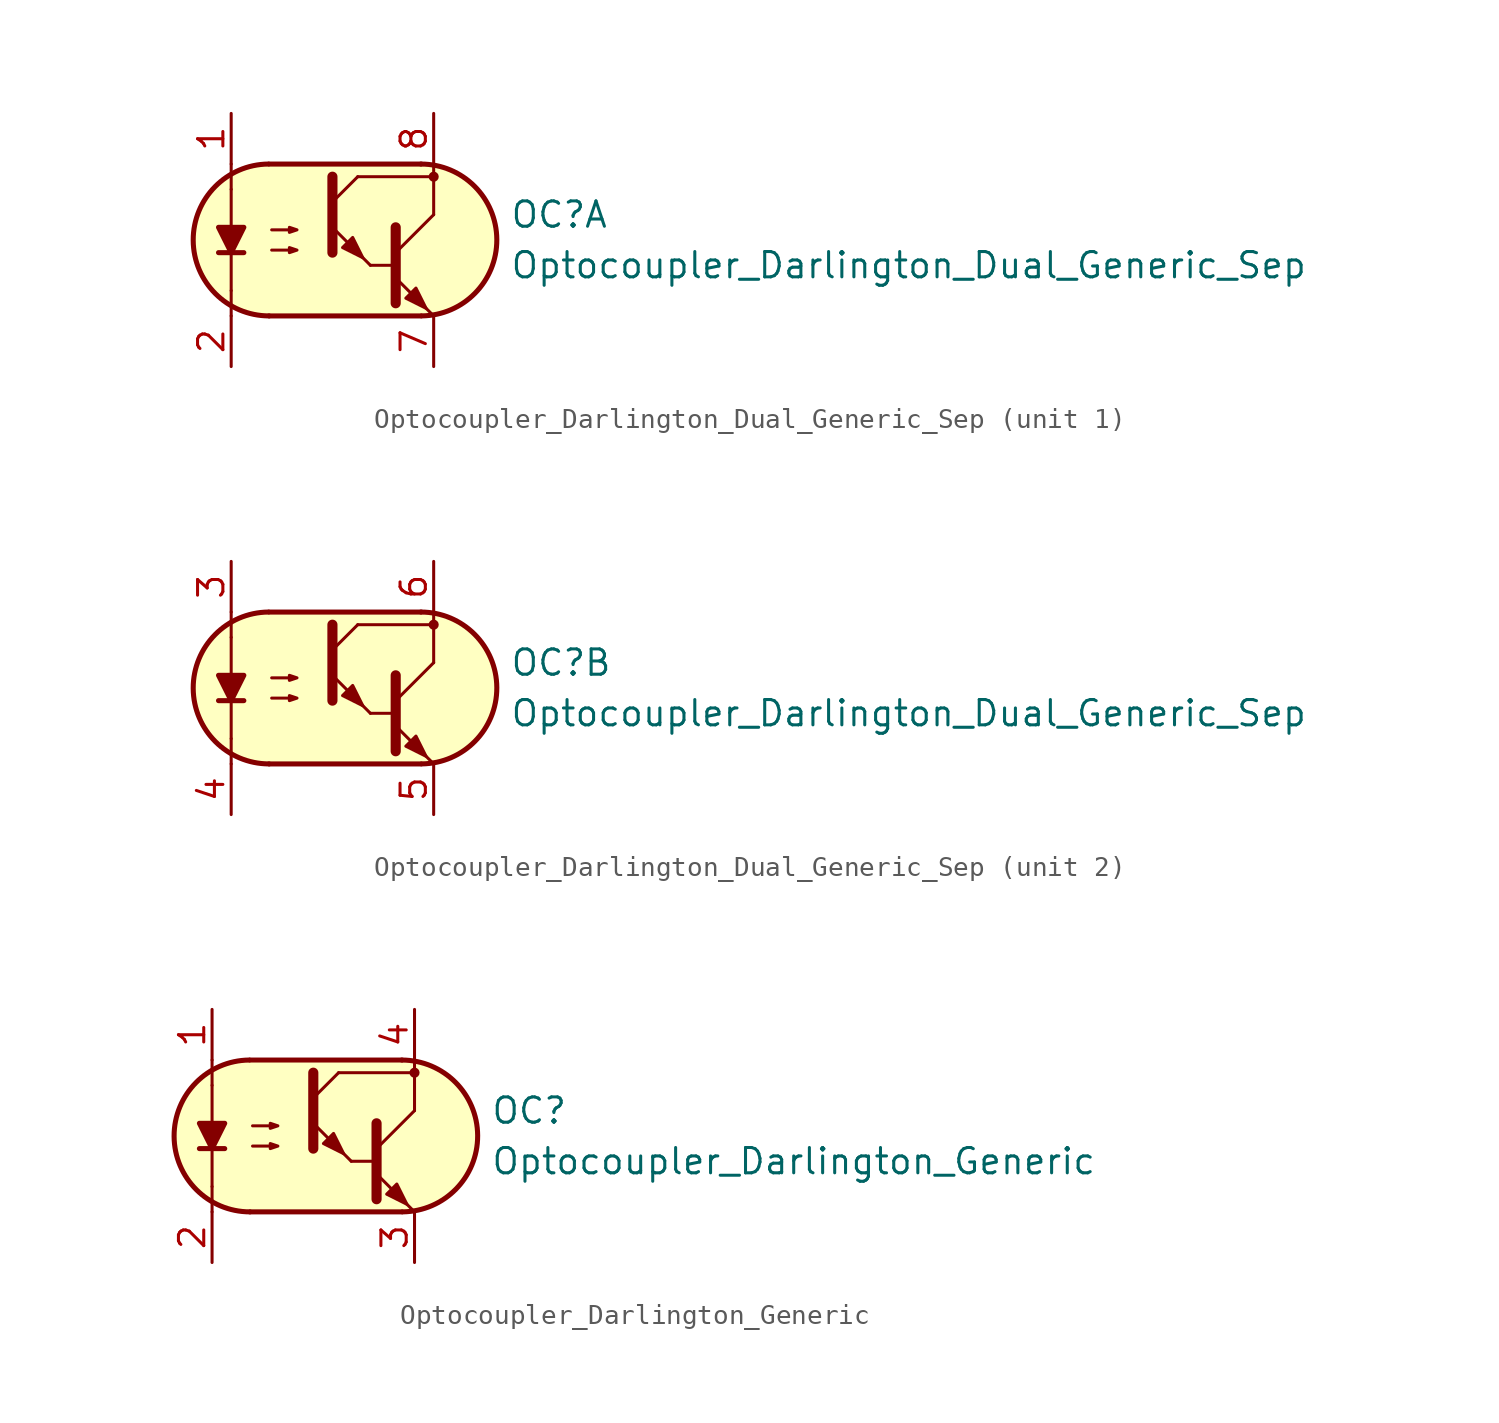
<source format=kicad_sym>
(kicad_symbol_lib
  (version 20211014)
  (generator kicad_symbol_editor)
  (symbol "Optocoupler_AKL:Optocoupler_Darlington_Dual_Generic_Sep"
    (pin_names
      (offset 1.016))
    (property "Reference" "OC"
      (at 8.89 1.27 0)
      (effects (font (size 1.27 1.27)) (justify left)))
    (property "Value" "Optocoupler_Darlington_Dual_Generic_Sep"
      (at 8.89 -1.27 0)
      (effects (font (size 1.27 1.27)) (justify left)))
    (property "ki_locked" ""
      (at 0 0 0)
      (effects (font (size 1.27 1.27))))
    (symbol "Optocoupler_Darlington_Dual_Generic_Sep_0_1"
      (arc (start -3.2135 3.8099) (mid -6.9851 -0.016) (end -3.1816 -3.8101) (stroke (width 0.254) (type default) (color 0 0 0 0)) (fill (type none)))
      (polyline (pts (xy -5.08 -2.54) (xy -5.08 -3.81)) (stroke (width 0.152) (type default) (color 0 0 0 0)) (fill (type none)))
      (polyline (pts (xy -5.08 -2.54) (xy -5.08 2.54)) (stroke (width 0.152) (type default) (color 0 0 0 0)) (fill (type none)))
      (polyline (pts (xy -5.08 2.54) (xy -5.08 3.81)) (stroke (width 0.152) (type default) (color 0 0 0 0)) (fill (type none)))
      (polyline (pts (xy -3.175 -3.81) (xy 4.445 -3.81)) (stroke (width 0.254) (type default) (color 0 0 0 0)) (fill (type none)))
      (polyline (pts (xy 1.27 3.175) (xy 5.08 3.175)) (stroke (width 0.152) (type default) (color 0 0 0 0)) (fill (type none)))
      (polyline (pts (xy 1.905 -1.27) (xy 3.175 -1.27)) (stroke (width 0) (type default) (color 0 0 0 0)) (fill (type none)))
      (polyline (pts (xy 3.175 -0.635) (xy 5.08 1.27)) (stroke (width 0) (type default) (color 0 0 0 0)) (fill (type none)))
      (polyline (pts (xy 4.445 3.81) (xy -3.175 3.81)) (stroke (width 0.254) (type default) (color 0 0 0 0)) (fill (type none)))
      (polyline (pts (xy 5.08 -3.81) (xy 3.175 -1.905)) (stroke (width 0) (type default) (color 0 0 0 0)) (fill (type outline)))
      (polyline (pts (xy 5.08 1.27) (xy 5.08 3.81)) (stroke (width 0.152) (type default) (color 0 0 0 0)) (fill (type none)))
      (polyline (pts (xy 3.175 0.635) (xy 3.175 -3.175) (xy 3.175 -3.175)) (stroke (width 0.508) (type default) (color 0 0 0 0)) (fill (type none)))
      (polyline (pts (xy -3.048 -0.508) (xy -1.778 -0.508) (xy -2.159 -0.635) (xy -2.159 -0.381) (xy -1.778 -0.508)) (stroke (width 0) (type default) (color 0 0 0 0)) (fill (type none)))
      (polyline (pts (xy -3.048 0.508) (xy -1.778 0.508) (xy -2.159 0.381) (xy -2.159 0.635) (xy -1.778 0.508)) (stroke (width 0) (type default) (color 0 0 0 0)) (fill (type none)))
      (polyline (pts (xy 3.683 -2.921) (xy 4.191 -2.413) (xy 4.699 -3.429) (xy 3.683 -2.921) (xy 3.683 -2.921)) (stroke (width 0) (type default) (color 0 0 0 0)) (fill (type outline)))
      (polyline (pts (xy 4.445 3.81) (xy -2.921 3.81) (xy -3.302 3.81) (xy -3.556 3.81) (xy -4.191 3.683) (xy -4.826 3.429) (xy -5.334 3.175) (xy -6.223 2.286) (xy -6.858 1.016) (xy -6.985 -0.127) (xy -6.731 -1.27) (xy -6.096 -2.413) (xy -5.08 -3.302) (xy -3.556 -3.81) (xy 4.826 -3.81) (xy 5.842 -3.556) (xy 6.858 -2.921) (xy 7.62 -2.159) (xy 8.001 -1.397) (xy 8.255 -0.127) (xy 8.128 0.889) (xy 7.874 1.651) (xy 7.493 2.286) (xy 6.985 2.794) (xy 6.35 3.302) (xy 5.461 3.683) (xy 4.445 3.81)) (stroke (width 0.01) (type default) (color 0 0 0 0)) (fill (type background)))
      (arc (start 4.4769 -3.81) (mid 8.2485 0.0159) (end 4.445 3.81) (stroke (width 0.254) (type default) (color 0 0 0 0)) (fill (type none))))
    (symbol "Optocoupler_Darlington_Dual_Generic_Sep_1_1"
      (polyline (pts (xy -5.715 -0.635) (xy -4.445 -0.635)) (stroke (width 0.254) (type default) (color 0 0 0 0)) (fill (type none)))
      (polyline (pts (xy 0 1.905) (xy 1.27 3.175)) (stroke (width 0) (type default) (color 0 0 0 0)) (fill (type none)))
      (polyline (pts (xy 1.905 -1.27) (xy 0 0.635)) (stroke (width 0) (type default) (color 0 0 0 0)) (fill (type outline)))
      (polyline (pts (xy 0 3.175) (xy 0 -0.635) (xy 0 -0.635)) (stroke (width 0.508) (type default) (color 0 0 0 0)) (fill (type none)))
      (polyline (pts (xy -5.08 -0.635) (xy -5.715 0.635) (xy -4.445 0.635) (xy -5.08 -0.635)) (stroke (width 0.254) (type default) (color 0 0 0 0)) (fill (type outline)))
      (polyline (pts (xy 0.508 -0.381) (xy 1.016 0.127) (xy 1.524 -0.889) (xy 0.508 -0.381) (xy 0.508 -0.381)) (stroke (width 0) (type default) (color 0 0 0 0)) (fill (type outline)))
      (circle (center 5.08 3.175) (radius 0.178) (stroke (width 0)) (stroke (width 0) (type default) (color 0 0 0 0)) (fill (type outline)))
      (pin passive line (at -5.08 6.35 270) (length 2.54) (name "~" (effects (font (size 1.27 1.27)))) (number "1" (effects (font (size 1.27 1.27)))))
      (pin passive line (at -5.08 -6.35 90) (length 2.54) (name "~" (effects (font (size 1.27 1.27)))) (number "2" (effects (font (size 1.27 1.27)))))
      (pin passive line (at 5.08 -6.35 90) (length 2.54) (name "~" (effects (font (size 1.27 1.27)))) (number "7" (effects (font (size 1.27 1.27)))))
      (pin passive line (at 5.08 6.35 270) (length 2.54) (name "~" (effects (font (size 1.27 1.27)))) (number "8" (effects (font (size 1.27 1.27))))))
    (symbol "Optocoupler_Darlington_Dual_Generic_Sep_2_1"
      (polyline (pts (xy -5.715 -0.635) (xy -4.445 -0.635)) (stroke (width 0.254) (type default) (color 0 0 0 0)) (fill (type none)))
      (polyline (pts (xy 0 1.905) (xy 1.27 3.175)) (stroke (width 0) (type default) (color 0 0 0 0)) (fill (type none)))
      (polyline (pts (xy 1.905 -1.27) (xy 0 0.635)) (stroke (width 0) (type default) (color 0 0 0 0)) (fill (type outline)))
      (polyline (pts (xy 0 3.175) (xy 0 -0.635) (xy 0 -0.635)) (stroke (width 0.508) (type default) (color 0 0 0 0)) (fill (type none)))
      (polyline (pts (xy -5.08 -0.635) (xy -5.715 0.635) (xy -4.445 0.635) (xy -5.08 -0.635)) (stroke (width 0.254) (type default) (color 0 0 0 0)) (fill (type outline)))
      (polyline (pts (xy 0.508 -0.381) (xy 1.016 0.127) (xy 1.524 -0.889) (xy 0.508 -0.381) (xy 0.508 -0.381)) (stroke (width 0) (type default) (color 0 0 0 0)) (fill (type outline)))
      (circle (center 5.08 3.175) (radius 0.178) (stroke (width 0)) (stroke (width 0) (type default) (color 0 0 0 0)) (fill (type outline)))
      (pin passive line (at -5.08 6.35 270) (length 2.54) (name "~" (effects (font (size 1.27 1.27)))) (number "3" (effects (font (size 1.27 1.27)))))
      (pin passive line (at -5.08 -6.35 90) (length 2.54) (name "~" (effects (font (size 1.27 1.27)))) (number "4" (effects (font (size 1.27 1.27)))))
      (pin passive line (at 5.08 -6.35 90) (length 2.54) (name "~" (effects (font (size 1.27 1.27)))) (number "5" (effects (font (size 1.27 1.27)))))
      (pin passive line (at 5.08 6.35 270) (length 2.54) (name "~" (effects (font (size 1.27 1.27)))) (number "6" (effects (font (size 1.27 1.27)))))))
  (symbol "Optocoupler_AKL:Optocoupler_Darlington_Generic"
    (pin_names
      (offset 1.016))
    (property "Reference" "OC"
      (at 8.89 1.27 0)
      (effects (font (size 1.27 1.27)) (justify left)))
    (property "Value" "Optocoupler_Darlington_Generic"
      (at 8.89 -1.27 0)
      (effects (font (size 1.27 1.27)) (justify left)))
    (symbol "Optocoupler_Darlington_Generic_0_1"
      (arc (start -3.2135 3.8099) (mid -6.9851 -0.016) (end -3.1816 -3.8101) (stroke (width 0.254) (type default) (color 0 0 0 0)) (fill (type none)))
      (polyline (pts (xy -5.08 -2.54) (xy -5.08 -3.81)) (stroke (width 0.152) (type default) (color 0 0 0 0)) (fill (type none)))
      (polyline (pts (xy -5.08 -2.54) (xy -5.08 2.54)) (stroke (width 0.152) (type default) (color 0 0 0 0)) (fill (type none)))
      (polyline (pts (xy -5.08 2.54) (xy -5.08 3.81)) (stroke (width 0.152) (type default) (color 0 0 0 0)) (fill (type none)))
      (polyline (pts (xy -3.175 -3.81) (xy 4.445 -3.81)) (stroke (width 0.254) (type default) (color 0 0 0 0)) (fill (type none)))
      (polyline (pts (xy 1.27 3.175) (xy 5.08 3.175)) (stroke (width 0.152) (type default) (color 0 0 0 0)) (fill (type none)))
      (polyline (pts (xy 1.905 -1.27) (xy 3.175 -1.27)) (stroke (width 0) (type default) (color 0 0 0 0)) (fill (type none)))
      (polyline (pts (xy 3.175 -0.635) (xy 5.08 1.27)) (stroke (width 0) (type default) (color 0 0 0 0)) (fill (type none)))
      (polyline (pts (xy 4.445 3.81) (xy -3.175 3.81)) (stroke (width 0.254) (type default) (color 0 0 0 0)) (fill (type none)))
      (polyline (pts (xy 5.08 -3.81) (xy 3.175 -1.905)) (stroke (width 0) (type default) (color 0 0 0 0)) (fill (type outline)))
      (polyline (pts (xy 5.08 1.27) (xy 5.08 3.81)) (stroke (width 0.152) (type default) (color 0 0 0 0)) (fill (type none)))
      (polyline (pts (xy 3.175 0.635) (xy 3.175 -3.175) (xy 3.175 -3.175)) (stroke (width 0.508) (type default) (color 0 0 0 0)) (fill (type none)))
      (polyline (pts (xy -3.048 -0.508) (xy -1.778 -0.508) (xy -2.159 -0.635) (xy -2.159 -0.381) (xy -1.778 -0.508)) (stroke (width 0) (type default) (color 0 0 0 0)) (fill (type none)))
      (polyline (pts (xy -3.048 0.508) (xy -1.778 0.508) (xy -2.159 0.381) (xy -2.159 0.635) (xy -1.778 0.508)) (stroke (width 0) (type default) (color 0 0 0 0)) (fill (type none)))
      (polyline (pts (xy 3.683 -2.921) (xy 4.191 -2.413) (xy 4.699 -3.429) (xy 3.683 -2.921) (xy 3.683 -2.921)) (stroke (width 0) (type default) (color 0 0 0 0)) (fill (type outline)))
      (polyline (pts (xy 4.445 3.81) (xy -2.921 3.81) (xy -3.302 3.81) (xy -3.556 3.81) (xy -4.191 3.683) (xy -4.826 3.429) (xy -5.334 3.175) (xy -6.223 2.286) (xy -6.858 1.016) (xy -6.985 -0.127) (xy -6.731 -1.27) (xy -6.096 -2.413) (xy -5.08 -3.302) (xy -3.556 -3.81) (xy 4.826 -3.81) (xy 5.842 -3.556) (xy 6.858 -2.921) (xy 7.62 -2.159) (xy 8.001 -1.397) (xy 8.255 -0.127) (xy 8.128 0.889) (xy 7.874 1.651) (xy 7.493 2.286) (xy 6.985 2.794) (xy 6.35 3.302) (xy 5.461 3.683) (xy 4.445 3.81)) (stroke (width 0.01) (type default) (color 0 0 0 0)) (fill (type background)))
      (arc (start 4.4769 -3.81) (mid 8.2485 0.0159) (end 4.445 3.81) (stroke (width 0.254) (type default) (color 0 0 0 0)) (fill (type none))))
    (symbol "Optocoupler_Darlington_Generic_1_1"
      (polyline (pts (xy -5.715 -0.635) (xy -4.445 -0.635)) (stroke (width 0.254) (type default) (color 0 0 0 0)) (fill (type none)))
      (polyline (pts (xy 0 1.905) (xy 1.27 3.175)) (stroke (width 0) (type default) (color 0 0 0 0)) (fill (type none)))
      (polyline (pts (xy 1.905 -1.27) (xy 0 0.635)) (stroke (width 0) (type default) (color 0 0 0 0)) (fill (type outline)))
      (polyline (pts (xy 0 3.175) (xy 0 -0.635) (xy 0 -0.635)) (stroke (width 0.508) (type default) (color 0 0 0 0)) (fill (type none)))
      (polyline (pts (xy -5.08 -0.635) (xy -5.715 0.635) (xy -4.445 0.635) (xy -5.08 -0.635)) (stroke (width 0.254) (type default) (color 0 0 0 0)) (fill (type outline)))
      (polyline (pts (xy 0.508 -0.381) (xy 1.016 0.127) (xy 1.524 -0.889) (xy 0.508 -0.381) (xy 0.508 -0.381)) (stroke (width 0) (type default) (color 0 0 0 0)) (fill (type outline)))
      (circle (center 5.08 3.175) (radius 0.178) (stroke (width 0)) (stroke (width 0) (type default) (color 0 0 0 0)) (fill (type outline)))
      (pin passive line (at -5.08 6.35 270) (length 2.54) (name "~" (effects (font (size 1.27 1.27)))) (number "1" (effects (font (size 1.27 1.27)))))
      (pin passive line (at -5.08 -6.35 90) (length 2.54) (name "~" (effects (font (size 1.27 1.27)))) (number "2" (effects (font (size 1.27 1.27)))))
      (pin passive line (at 5.08 -6.35 90) (length 2.54) (name "~" (effects (font (size 1.27 1.27)))) (number "3" (effects (font (size 1.27 1.27)))))
      (pin passive line (at 5.08 6.35 270) (length 2.54) (name "~" (effects (font (size 1.27 1.27)))) (number "4" (effects (font (size 1.27 1.27))))))))
</source>
